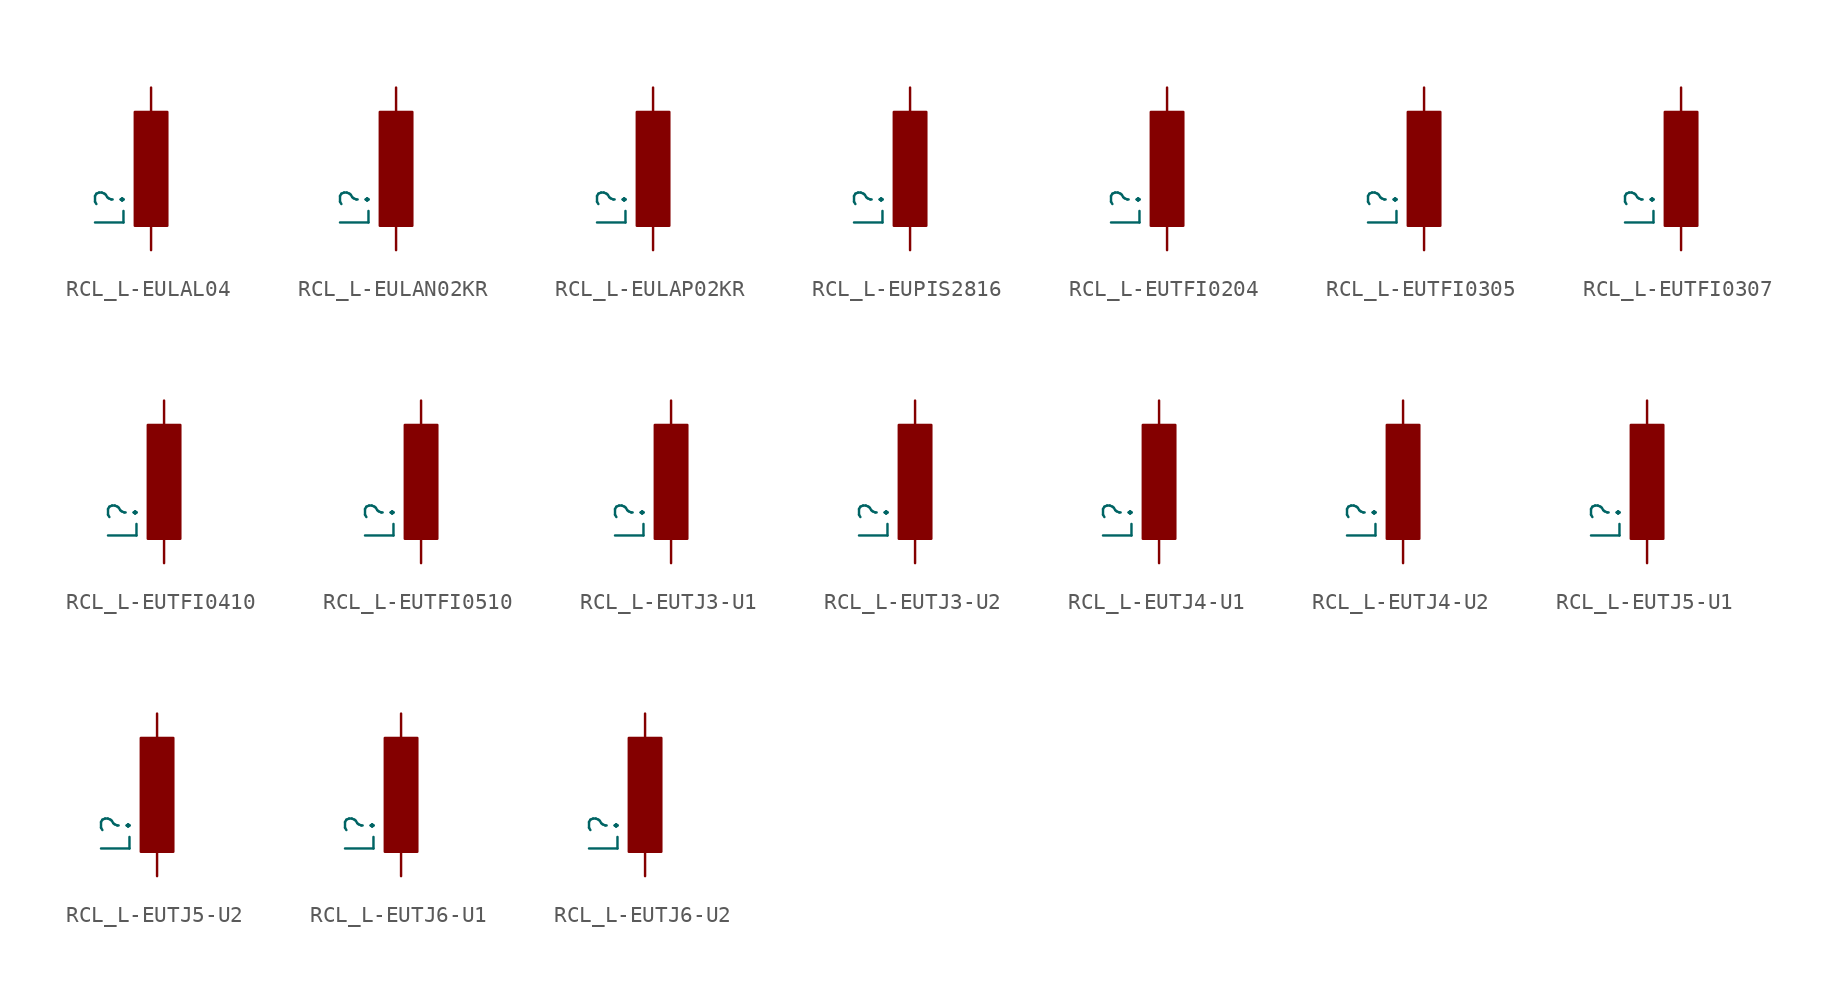
<source format=kicad_sym>
(kicad_symbol_lib
  (version 20241209)
  (generator "kicad_symbol_editor")
  (generator_version "9.0")
  (symbol "RCL_L-EULAL04"
    (property "Reference" "L"
      (at -1.499 -3.81 90)
      (effects (font (size 1.778 1.511)) (justify left bottom)))
    (property "Value" ""
      (at 3.302 -3.81 90)
      (effects (font (size 1.778 1.511)) (justify left bottom)))
    (property "ki_locked" ""
      (at 0 0 0)
      (effects (font (size 1.27 1.27))))
    (symbol "RCL_L-EULAL04_1_0"
      (rectangle (start -1.016 -3.556) (end 1.016 3.556) (stroke (width 0) (type default)) (fill (type outline)))
      (pin passive line (at 0 5.08 270) (length 2.54) (name "1" (effects (font (size 0 0)))) (number "1" (effects (font (size 0 0)))))
      (pin passive line (at 0 -5.08 90) (length 2.54) (name "2" (effects (font (size 0 0)))) (number "2" (effects (font (size 0 0)))))))
  (symbol "RCL_L-EULAN02KR"
    (property "Reference" "L"
      (at -1.499 -3.81 90)
      (effects (font (size 1.778 1.511)) (justify left bottom)))
    (property "Value" ""
      (at 3.302 -3.81 90)
      (effects (font (size 1.778 1.511)) (justify left bottom)))
    (property "ki_locked" ""
      (at 0 0 0)
      (effects (font (size 1.27 1.27))))
    (symbol "RCL_L-EULAN02KR_1_0"
      (rectangle (start -1.016 -3.556) (end 1.016 3.556) (stroke (width 0) (type default)) (fill (type outline)))
      (pin passive line (at 0 5.08 270) (length 2.54) (name "1" (effects (font (size 0 0)))) (number "1" (effects (font (size 0 0)))))
      (pin passive line (at 0 -5.08 90) (length 2.54) (name "2" (effects (font (size 0 0)))) (number "2" (effects (font (size 0 0)))))))
  (symbol "RCL_L-EULAP02KR"
    (property "Reference" "L"
      (at -1.499 -3.81 90)
      (effects (font (size 1.778 1.511)) (justify left bottom)))
    (property "Value" ""
      (at 3.302 -3.81 90)
      (effects (font (size 1.778 1.511)) (justify left bottom)))
    (property "ki_locked" ""
      (at 0 0 0)
      (effects (font (size 1.27 1.27))))
    (symbol "RCL_L-EULAP02KR_1_0"
      (rectangle (start -1.016 -3.556) (end 1.016 3.556) (stroke (width 0) (type default)) (fill (type outline)))
      (pin passive line (at 0 5.08 270) (length 2.54) (name "1" (effects (font (size 0 0)))) (number "1" (effects (font (size 0 0)))))
      (pin passive line (at 0 -5.08 90) (length 2.54) (name "2" (effects (font (size 0 0)))) (number "2" (effects (font (size 0 0)))))))
  (symbol "RCL_L-EUPIS2816"
    (property "Reference" "L"
      (at -1.499 -3.81 90)
      (effects (font (size 1.778 1.511)) (justify left bottom)))
    (property "Value" ""
      (at 3.302 -3.81 90)
      (effects (font (size 1.778 1.511)) (justify left bottom)))
    (property "ki_locked" ""
      (at 0 0 0)
      (effects (font (size 1.27 1.27))))
    (symbol "RCL_L-EUPIS2816_1_0"
      (rectangle (start -1.016 -3.556) (end 1.016 3.556) (stroke (width 0) (type default)) (fill (type outline)))
      (pin passive line (at 0 5.08 270) (length 2.54) (name "1" (effects (font (size 0 0)))) (number "1" (effects (font (size 0 0)))))
      (pin passive line (at 0 -5.08 90) (length 2.54) (name "2" (effects (font (size 0 0)))) (number "2" (effects (font (size 0 0)))))))
  (symbol "RCL_L-EUTFI0204"
    (property "Reference" "L"
      (at -1.499 -3.81 90)
      (effects (font (size 1.778 1.511)) (justify left bottom)))
    (property "Value" ""
      (at 3.302 -3.81 90)
      (effects (font (size 1.778 1.511)) (justify left bottom)))
    (property "ki_locked" ""
      (at 0 0 0)
      (effects (font (size 1.27 1.27))))
    (symbol "RCL_L-EUTFI0204_1_0"
      (rectangle (start -1.016 -3.556) (end 1.016 3.556) (stroke (width 0) (type default)) (fill (type outline)))
      (pin passive line (at 0 5.08 270) (length 2.54) (name "1" (effects (font (size 0 0)))) (number "1" (effects (font (size 0 0)))))
      (pin passive line (at 0 -5.08 90) (length 2.54) (name "2" (effects (font (size 0 0)))) (number "2" (effects (font (size 0 0)))))))
  (symbol "RCL_L-EUTFI0305"
    (property "Reference" "L"
      (at -1.499 -3.81 90)
      (effects (font (size 1.778 1.511)) (justify left bottom)))
    (property "Value" ""
      (at 3.302 -3.81 90)
      (effects (font (size 1.778 1.511)) (justify left bottom)))
    (property "ki_locked" ""
      (at 0 0 0)
      (effects (font (size 1.27 1.27))))
    (symbol "RCL_L-EUTFI0305_1_0"
      (rectangle (start -1.016 -3.556) (end 1.016 3.556) (stroke (width 0) (type default)) (fill (type outline)))
      (pin passive line (at 0 5.08 270) (length 2.54) (name "1" (effects (font (size 0 0)))) (number "1" (effects (font (size 0 0)))))
      (pin passive line (at 0 -5.08 90) (length 2.54) (name "2" (effects (font (size 0 0)))) (number "2" (effects (font (size 0 0)))))))
  (symbol "RCL_L-EUTFI0307"
    (property "Reference" "L"
      (at -1.499 -3.81 90)
      (effects (font (size 1.778 1.511)) (justify left bottom)))
    (property "Value" ""
      (at 3.302 -3.81 90)
      (effects (font (size 1.778 1.511)) (justify left bottom)))
    (property "ki_locked" ""
      (at 0 0 0)
      (effects (font (size 1.27 1.27))))
    (symbol "RCL_L-EUTFI0307_1_0"
      (rectangle (start -1.016 -3.556) (end 1.016 3.556) (stroke (width 0) (type default)) (fill (type outline)))
      (pin passive line (at 0 5.08 270) (length 2.54) (name "1" (effects (font (size 0 0)))) (number "1" (effects (font (size 0 0)))))
      (pin passive line (at 0 -5.08 90) (length 2.54) (name "2" (effects (font (size 0 0)))) (number "2" (effects (font (size 0 0)))))))
  (symbol "RCL_L-EUTFI0410"
    (property "Reference" "L"
      (at -1.499 -3.81 90)
      (effects (font (size 1.778 1.511)) (justify left bottom)))
    (property "Value" ""
      (at 3.302 -3.81 90)
      (effects (font (size 1.778 1.511)) (justify left bottom)))
    (property "ki_locked" ""
      (at 0 0 0)
      (effects (font (size 1.27 1.27))))
    (symbol "RCL_L-EUTFI0410_1_0"
      (rectangle (start -1.016 -3.556) (end 1.016 3.556) (stroke (width 0) (type default)) (fill (type outline)))
      (pin passive line (at 0 5.08 270) (length 2.54) (name "1" (effects (font (size 0 0)))) (number "1" (effects (font (size 0 0)))))
      (pin passive line (at 0 -5.08 90) (length 2.54) (name "2" (effects (font (size 0 0)))) (number "2" (effects (font (size 0 0)))))))
  (symbol "RCL_L-EUTFI0510"
    (property "Reference" "L"
      (at -1.499 -3.81 90)
      (effects (font (size 1.778 1.511)) (justify left bottom)))
    (property "Value" ""
      (at 3.302 -3.81 90)
      (effects (font (size 1.778 1.511)) (justify left bottom)))
    (property "ki_locked" ""
      (at 0 0 0)
      (effects (font (size 1.27 1.27))))
    (symbol "RCL_L-EUTFI0510_1_0"
      (rectangle (start -1.016 -3.556) (end 1.016 3.556) (stroke (width 0) (type default)) (fill (type outline)))
      (pin passive line (at 0 5.08 270) (length 2.54) (name "1" (effects (font (size 0 0)))) (number "1" (effects (font (size 0 0)))))
      (pin passive line (at 0 -5.08 90) (length 2.54) (name "2" (effects (font (size 0 0)))) (number "2" (effects (font (size 0 0)))))))
  (symbol "RCL_L-EUTJ3-U1"
    (property "Reference" "L"
      (at -1.499 -3.81 90)
      (effects (font (size 1.778 1.511)) (justify left bottom)))
    (property "Value" ""
      (at 3.302 -3.81 90)
      (effects (font (size 1.778 1.511)) (justify left bottom)))
    (property "ki_locked" ""
      (at 0 0 0)
      (effects (font (size 1.27 1.27))))
    (symbol "RCL_L-EUTJ3-U1_1_0"
      (rectangle (start -1.016 -3.556) (end 1.016 3.556) (stroke (width 0) (type default)) (fill (type outline)))
      (pin passive line (at 0 5.08 270) (length 2.54) (name "1" (effects (font (size 0 0)))) (number "1" (effects (font (size 0 0)))))
      (pin passive line (at 0 -5.08 90) (length 2.54) (name "2" (effects (font (size 0 0)))) (number "2" (effects (font (size 0 0)))))))
  (symbol "RCL_L-EUTJ3-U2"
    (property "Reference" "L"
      (at -1.499 -3.81 90)
      (effects (font (size 1.778 1.511)) (justify left bottom)))
    (property "Value" ""
      (at 3.302 -3.81 90)
      (effects (font (size 1.778 1.511)) (justify left bottom)))
    (property "ki_locked" ""
      (at 0 0 0)
      (effects (font (size 1.27 1.27))))
    (symbol "RCL_L-EUTJ3-U2_1_0"
      (rectangle (start -1.016 -3.556) (end 1.016 3.556) (stroke (width 0) (type default)) (fill (type outline)))
      (pin passive line (at 0 5.08 270) (length 2.54) (name "1" (effects (font (size 0 0)))) (number "1" (effects (font (size 0 0)))))
      (pin passive line (at 0 -5.08 90) (length 2.54) (name "2" (effects (font (size 0 0)))) (number "2" (effects (font (size 0 0)))))))
  (symbol "RCL_L-EUTJ4-U1"
    (property "Reference" "L"
      (at -1.499 -3.81 90)
      (effects (font (size 1.778 1.511)) (justify left bottom)))
    (property "Value" ""
      (at 3.302 -3.81 90)
      (effects (font (size 1.778 1.511)) (justify left bottom)))
    (property "ki_locked" ""
      (at 0 0 0)
      (effects (font (size 1.27 1.27))))
    (symbol "RCL_L-EUTJ4-U1_1_0"
      (rectangle (start -1.016 -3.556) (end 1.016 3.556) (stroke (width 0) (type default)) (fill (type outline)))
      (pin passive line (at 0 5.08 270) (length 2.54) (name "1" (effects (font (size 0 0)))) (number "1" (effects (font (size 0 0)))))
      (pin passive line (at 0 -5.08 90) (length 2.54) (name "2" (effects (font (size 0 0)))) (number "2" (effects (font (size 0 0)))))))
  (symbol "RCL_L-EUTJ4-U2"
    (property "Reference" "L"
      (at -1.499 -3.81 90)
      (effects (font (size 1.778 1.511)) (justify left bottom)))
    (property "Value" ""
      (at 3.302 -3.81 90)
      (effects (font (size 1.778 1.511)) (justify left bottom)))
    (property "ki_locked" ""
      (at 0 0 0)
      (effects (font (size 1.27 1.27))))
    (symbol "RCL_L-EUTJ4-U2_1_0"
      (rectangle (start -1.016 -3.556) (end 1.016 3.556) (stroke (width 0) (type default)) (fill (type outline)))
      (pin passive line (at 0 5.08 270) (length 2.54) (name "1" (effects (font (size 0 0)))) (number "1" (effects (font (size 0 0)))))
      (pin passive line (at 0 -5.08 90) (length 2.54) (name "2" (effects (font (size 0 0)))) (number "2" (effects (font (size 0 0)))))))
  (symbol "RCL_L-EUTJ5-U1"
    (property "Reference" "L"
      (at -1.499 -3.81 90)
      (effects (font (size 1.778 1.511)) (justify left bottom)))
    (property "Value" ""
      (at 3.302 -3.81 90)
      (effects (font (size 1.778 1.511)) (justify left bottom)))
    (property "ki_locked" ""
      (at 0 0 0)
      (effects (font (size 1.27 1.27))))
    (symbol "RCL_L-EUTJ5-U1_1_0"
      (rectangle (start -1.016 -3.556) (end 1.016 3.556) (stroke (width 0) (type default)) (fill (type outline)))
      (pin passive line (at 0 5.08 270) (length 2.54) (name "1" (effects (font (size 0 0)))) (number "1" (effects (font (size 0 0)))))
      (pin passive line (at 0 -5.08 90) (length 2.54) (name "2" (effects (font (size 0 0)))) (number "2" (effects (font (size 0 0)))))))
  (symbol "RCL_L-EUTJ5-U2"
    (property "Reference" "L"
      (at -1.499 -3.81 90)
      (effects (font (size 1.778 1.511)) (justify left bottom)))
    (property "Value" ""
      (at 3.302 -3.81 90)
      (effects (font (size 1.778 1.511)) (justify left bottom)))
    (property "ki_locked" ""
      (at 0 0 0)
      (effects (font (size 1.27 1.27))))
    (symbol "RCL_L-EUTJ5-U2_1_0"
      (rectangle (start -1.016 -3.556) (end 1.016 3.556) (stroke (width 0) (type default)) (fill (type outline)))
      (pin passive line (at 0 5.08 270) (length 2.54) (name "1" (effects (font (size 0 0)))) (number "1" (effects (font (size 0 0)))))
      (pin passive line (at 0 -5.08 90) (length 2.54) (name "2" (effects (font (size 0 0)))) (number "2" (effects (font (size 0 0)))))))
  (symbol "RCL_L-EUTJ6-U1"
    (property "Reference" "L"
      (at -1.499 -3.81 90)
      (effects (font (size 1.778 1.511)) (justify left bottom)))
    (property "Value" ""
      (at 3.302 -3.81 90)
      (effects (font (size 1.778 1.511)) (justify left bottom)))
    (property "ki_locked" ""
      (at 0 0 0)
      (effects (font (size 1.27 1.27))))
    (symbol "RCL_L-EUTJ6-U1_1_0"
      (rectangle (start -1.016 -3.556) (end 1.016 3.556) (stroke (width 0) (type default)) (fill (type outline)))
      (pin passive line (at 0 5.08 270) (length 2.54) (name "1" (effects (font (size 0 0)))) (number "1" (effects (font (size 0 0)))))
      (pin passive line (at 0 -5.08 90) (length 2.54) (name "2" (effects (font (size 0 0)))) (number "2" (effects (font (size 0 0)))))))
  (symbol "RCL_L-EUTJ6-U2"
    (property "Reference" "L"
      (at -1.499 -3.81 90)
      (effects (font (size 1.778 1.511)) (justify left bottom)))
    (property "Value" ""
      (at 3.302 -3.81 90)
      (effects (font (size 1.778 1.511)) (justify left bottom)))
    (property "ki_locked" ""
      (at 0 0 0)
      (effects (font (size 1.27 1.27))))
    (symbol "RCL_L-EUTJ6-U2_1_0"
      (rectangle (start -1.016 -3.556) (end 1.016 3.556) (stroke (width 0) (type default)) (fill (type outline)))
      (pin passive line (at 0 5.08 270) (length 2.54) (name "1" (effects (font (size 0 0)))) (number "1" (effects (font (size 0 0)))))
      (pin passive line (at 0 -5.08 90) (length 2.54) (name "2" (effects (font (size 0 0)))) (number "2" (effects (font (size 0 0))))))))
</source>
